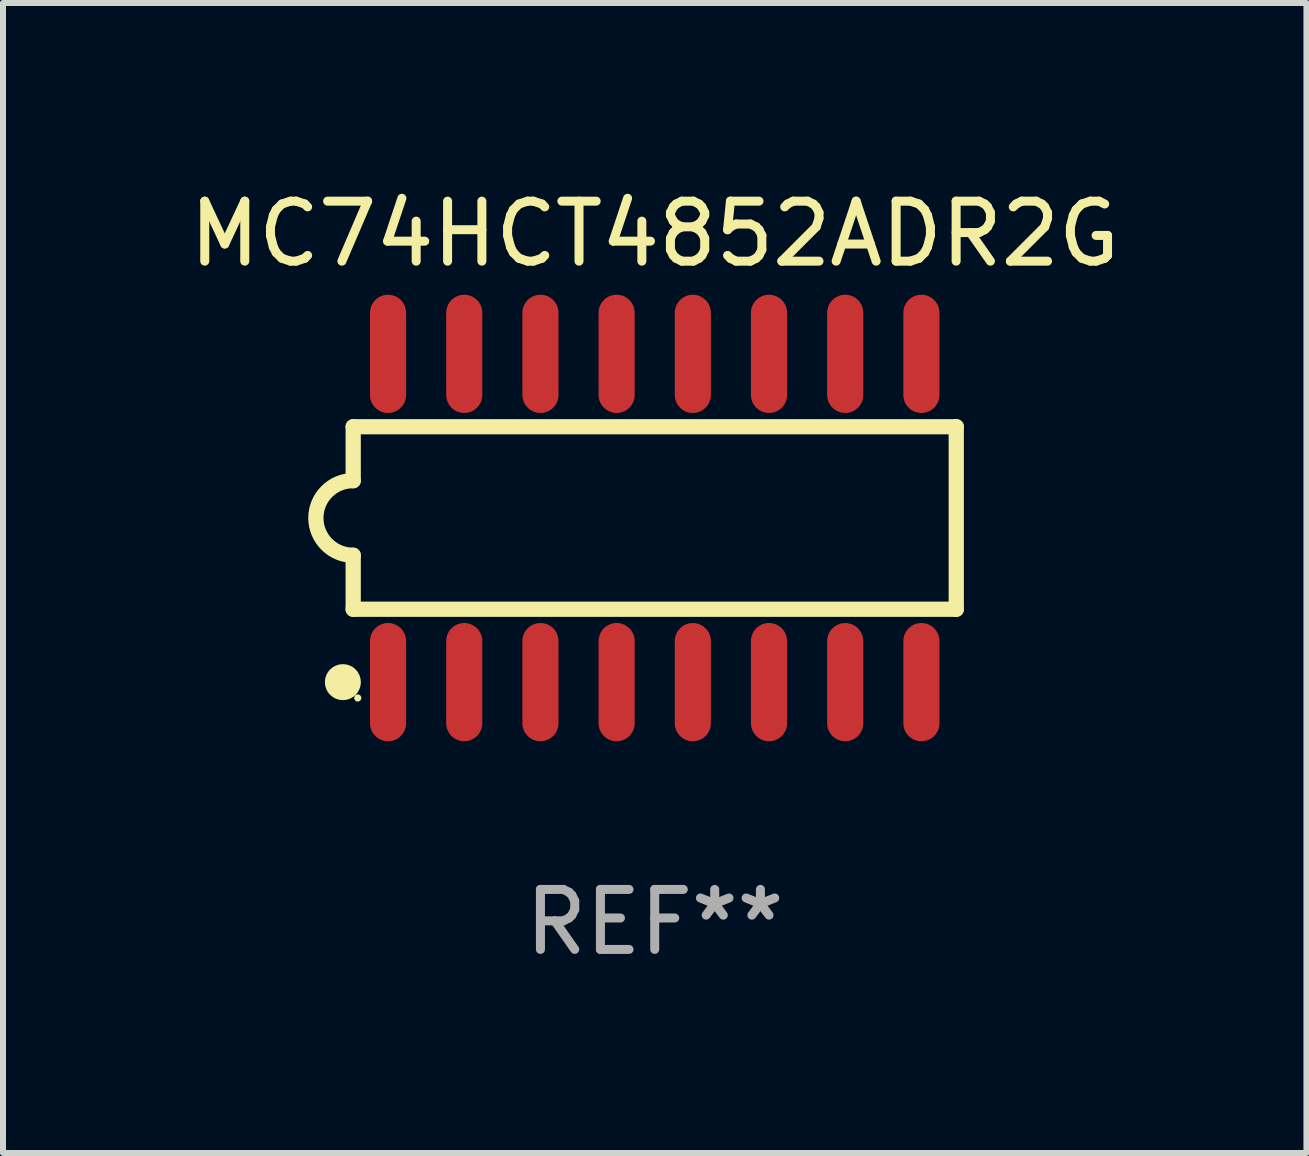
<source format=kicad_pcb>
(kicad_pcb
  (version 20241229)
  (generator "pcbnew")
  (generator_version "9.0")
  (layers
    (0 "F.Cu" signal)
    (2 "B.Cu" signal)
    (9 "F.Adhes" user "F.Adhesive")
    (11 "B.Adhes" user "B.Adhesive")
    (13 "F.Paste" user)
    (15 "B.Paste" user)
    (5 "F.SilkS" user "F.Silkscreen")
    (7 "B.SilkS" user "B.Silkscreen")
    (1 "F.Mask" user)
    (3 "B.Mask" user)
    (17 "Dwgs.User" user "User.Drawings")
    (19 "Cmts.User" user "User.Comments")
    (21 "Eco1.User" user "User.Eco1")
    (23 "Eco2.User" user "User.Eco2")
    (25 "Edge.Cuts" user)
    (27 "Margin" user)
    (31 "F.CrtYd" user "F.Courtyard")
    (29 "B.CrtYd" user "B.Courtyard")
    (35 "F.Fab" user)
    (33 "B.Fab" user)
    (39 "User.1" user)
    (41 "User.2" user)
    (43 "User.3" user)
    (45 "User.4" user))
  (footprint "MC74HCT4852ADR2G"
    (layer "F.Cu")
    (at 7.863 5.584)
    (property "Reference" "MC74HCT4852ADR2G" (at 0 -4.736 0) (layer "F.SilkS") (effects (font (size 1 1) (thickness 0.15))))
    (attr through_hole)
    (fp_line (start -5.026 -1.521) (end -5.026 -0.621) (stroke (width 0.254) (type solid)) (layer "F.SilkS"))
    (fp_line (start -5.026 -1.521) (end 5.026 -1.521) (stroke (width 0.254) (type solid)) (layer "F.SilkS"))
    (fp_line (start -5.026 1.521) (end -5.026 0.621) (stroke (width 0.254) (type solid)) (layer "F.SilkS"))
    (fp_line (start 5.026 -1.521) (end 5.026 1.521) (stroke (width 0.254) (type solid)) (layer "F.SilkS"))
    (fp_line (start 5.026 1.521) (end -5.026 1.521) (stroke (width 0.254) (type solid)) (layer "F.SilkS"))
    (fp_arc (start -5.026187 0.621387) (mid -5.647752 -0.000787) (end -5.025781 -0.622555) (stroke (width 0.254001) (type solid)) (layer "F.SilkS"))
    (fp_circle (center -5.198 2.736) (end -5.048 2.736) (stroke (width 0.3) (type solid)) (fill no) (layer "F.SilkS"))
    (fp_circle (center -4.95 3) (end -4.92 3) (stroke (width 0.06) (type solid)) (fill no) (layer "F.SilkS"))
    (fp_text user "REF**" (at 0 6.736 0) (layer "F.Fab") (effects (font (size 1 1) (thickness 0.15))))
    (pad "1" smd oval (at -4.445 2.736) (size 0.602 1.971) (layers "F.Cu" "F.Mask" "F.Paste"))
    (pad "2" smd oval (at -3.175 2.736) (size 0.602 1.971) (layers "F.Cu" "F.Mask" "F.Paste"))
    (pad "3" smd oval (at -1.905 2.736) (size 0.602 1.971) (layers "F.Cu" "F.Mask" "F.Paste"))
    (pad "4" smd oval (at -0.635 2.736) (size 0.602 1.971) (layers "F.Cu" "F.Mask" "F.Paste"))
    (pad "5" smd oval (at 0.635 2.736) (size 0.602 1.971) (layers "F.Cu" "F.Mask" "F.Paste"))
    (pad "6" smd oval (at 1.905 2.736) (size 0.602 1.971) (layers "F.Cu" "F.Mask" "F.Paste"))
    (pad "7" smd oval (at 3.175 2.736) (size 0.602 1.971) (layers "F.Cu" "F.Mask" "F.Paste"))
    (pad "8" smd oval (at 4.445 2.736) (size 0.602 1.971) (layers "F.Cu" "F.Mask" "F.Paste"))
    (pad "9" smd oval (at 4.445 -2.736) (size 0.602 1.971) (layers "F.Cu" "F.Mask" "F.Paste"))
    (pad "10" smd oval (at 3.175 -2.736) (size 0.602 1.971) (layers "F.Cu" "F.Mask" "F.Paste"))
    (pad "11" smd oval (at 1.905 -2.736) (size 0.602 1.971) (layers "F.Cu" "F.Mask" "F.Paste"))
    (pad "12" smd oval (at 0.635 -2.736) (size 0.602 1.971) (layers "F.Cu" "F.Mask" "F.Paste"))
    (pad "13" smd oval (at -0.635 -2.736) (size 0.602 1.971) (layers "F.Cu" "F.Mask" "F.Paste"))
    (pad "14" smd oval (at -1.905 -2.736) (size 0.602 1.971) (layers "F.Cu" "F.Mask" "F.Paste"))
    (pad "15" smd oval (at -3.175 -2.736) (size 0.602 1.971) (layers "F.Cu" "F.Mask" "F.Paste"))
    (pad "16" smd oval (at -4.445 -2.736) (size 0.602 1.971) (layers "F.Cu" "F.Mask" "F.Paste")))
  (gr_rect
    (start -3 -3)
    (end 18.726 16.168)
    (stroke (width 0.1) (type default))
    (fill no)
    (layer "Edge.Cuts")))
</source>
